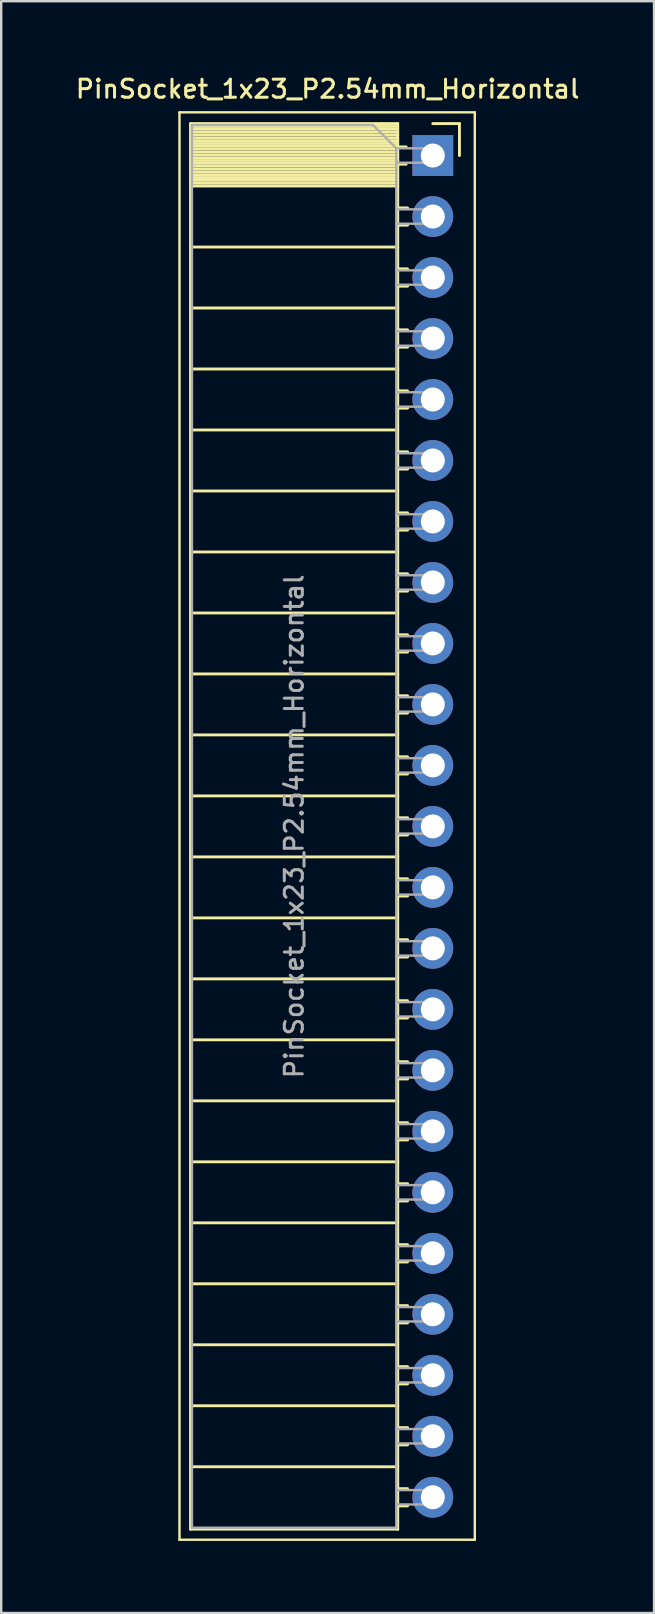
<source format=kicad_pcb>
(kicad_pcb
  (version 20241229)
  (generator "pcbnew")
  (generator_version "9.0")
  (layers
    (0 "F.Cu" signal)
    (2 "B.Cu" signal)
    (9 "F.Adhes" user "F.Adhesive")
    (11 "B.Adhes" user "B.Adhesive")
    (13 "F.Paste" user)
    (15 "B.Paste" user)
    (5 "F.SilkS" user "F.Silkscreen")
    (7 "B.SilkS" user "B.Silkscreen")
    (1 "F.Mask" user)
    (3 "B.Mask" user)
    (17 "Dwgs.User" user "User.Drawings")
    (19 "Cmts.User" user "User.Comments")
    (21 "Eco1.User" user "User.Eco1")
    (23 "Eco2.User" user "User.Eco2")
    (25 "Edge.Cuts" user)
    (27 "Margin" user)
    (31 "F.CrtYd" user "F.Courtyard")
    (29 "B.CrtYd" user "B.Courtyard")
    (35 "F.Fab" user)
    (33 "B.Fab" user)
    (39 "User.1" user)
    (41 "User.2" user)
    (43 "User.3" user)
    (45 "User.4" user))
  (footprint "PinSocket_1x23_P2.54mm_Horizontal"
    (layer "F.Cu")
    (at 14.975 3.428)
    (property "Reference" "PinSocket_1x23_P2.54mm_Horizontal" (at -4.38 -2.77 0) (layer "F.SilkS") (effects (font (size 0.75 0.75) (thickness 0.125))))
    (attr through_hole)
    (fp_line (start -10.55 -1.8) (end -10.55 57.65) (stroke (width 0.1) (type solid)) (layer "F.SilkS"))
    (fp_line (start -10.55 57.65) (end 1.75 57.65) (stroke (width 0.1) (type solid)) (layer "F.SilkS"))
    (fp_line (start -10.09 -1.33) (end -10.09 57.21) (stroke (width 0.12) (type solid)) (layer "F.SilkS"))
    (fp_line (start -10.09 -1.33) (end -1.46 -1.33) (stroke (width 0.12) (type solid)) (layer "F.SilkS"))
    (fp_line (start -10.09 -1.21) (end -1.46 -1.21) (stroke (width 0.12) (type solid)) (layer "F.SilkS"))
    (fp_line (start -10.09 -1.092) (end -1.46 -1.092) (stroke (width 0.12) (type solid)) (layer "F.SilkS"))
    (fp_line (start -10.09 -0.974) (end -1.46 -0.974) (stroke (width 0.12) (type solid)) (layer "F.SilkS"))
    (fp_line (start -10.09 -0.856) (end -1.46 -0.856) (stroke (width 0.12) (type solid)) (layer "F.SilkS"))
    (fp_line (start -10.09 -0.738) (end -1.46 -0.738) (stroke (width 0.12) (type solid)) (layer "F.SilkS"))
    (fp_line (start -10.09 -0.62) (end -1.46 -0.62) (stroke (width 0.12) (type solid)) (layer "F.SilkS"))
    (fp_line (start -10.09 -0.501) (end -1.46 -0.501) (stroke (width 0.12) (type solid)) (layer "F.SilkS"))
    (fp_line (start -10.09 -0.383) (end -1.46 -0.383) (stroke (width 0.12) (type solid)) (layer "F.SilkS"))
    (fp_line (start -10.09 -0.265) (end -1.46 -0.265) (stroke (width 0.12) (type solid)) (layer "F.SilkS"))
    (fp_line (start -10.09 -0.147) (end -1.46 -0.147) (stroke (width 0.12) (type solid)) (layer "F.SilkS"))
    (fp_line (start -10.09 -0.029) (end -1.46 -0.029) (stroke (width 0.12) (type solid)) (layer "F.SilkS"))
    (fp_line (start -10.09 0.089) (end -1.46 0.089) (stroke (width 0.12) (type solid)) (layer "F.SilkS"))
    (fp_line (start -10.09 0.207) (end -1.46 0.207) (stroke (width 0.12) (type solid)) (layer "F.SilkS"))
    (fp_line (start -10.09 0.325) (end -1.46 0.325) (stroke (width 0.12) (type solid)) (layer "F.SilkS"))
    (fp_line (start -10.09 0.443) (end -1.46 0.443) (stroke (width 0.12) (type solid)) (layer "F.SilkS"))
    (fp_line (start -10.09 0.561) (end -1.46 0.561) (stroke (width 0.12) (type solid)) (layer "F.SilkS"))
    (fp_line (start -10.09 0.68) (end -1.46 0.68) (stroke (width 0.12) (type solid)) (layer "F.SilkS"))
    (fp_line (start -10.09 0.798) (end -1.46 0.798) (stroke (width 0.12) (type solid)) (layer "F.SilkS"))
    (fp_line (start -10.09 0.916) (end -1.46 0.916) (stroke (width 0.12) (type solid)) (layer "F.SilkS"))
    (fp_line (start -10.09 1.034) (end -1.46 1.034) (stroke (width 0.12) (type solid)) (layer "F.SilkS"))
    (fp_line (start -10.09 1.152) (end -1.46 1.152) (stroke (width 0.12) (type solid)) (layer "F.SilkS"))
    (fp_line (start -10.09 1.27) (end -1.46 1.27) (stroke (width 0.12) (type solid)) (layer "F.SilkS"))
    (fp_line (start -10.09 3.81) (end -1.46 3.81) (stroke (width 0.12) (type solid)) (layer "F.SilkS"))
    (fp_line (start -10.09 6.35) (end -1.46 6.35) (stroke (width 0.12) (type solid)) (layer "F.SilkS"))
    (fp_line (start -10.09 8.89) (end -1.46 8.89) (stroke (width 0.12) (type solid)) (layer "F.SilkS"))
    (fp_line (start -10.09 11.43) (end -1.46 11.43) (stroke (width 0.12) (type solid)) (layer "F.SilkS"))
    (fp_line (start -10.09 13.97) (end -1.46 13.97) (stroke (width 0.12) (type solid)) (layer "F.SilkS"))
    (fp_line (start -10.09 16.51) (end -1.46 16.51) (stroke (width 0.12) (type solid)) (layer "F.SilkS"))
    (fp_line (start -10.09 19.05) (end -1.46 19.05) (stroke (width 0.12) (type solid)) (layer "F.SilkS"))
    (fp_line (start -10.09 21.59) (end -1.46 21.59) (stroke (width 0.12) (type solid)) (layer "F.SilkS"))
    (fp_line (start -10.09 24.13) (end -1.46 24.13) (stroke (width 0.12) (type solid)) (layer "F.SilkS"))
    (fp_line (start -10.09 26.67) (end -1.46 26.67) (stroke (width 0.12) (type solid)) (layer "F.SilkS"))
    (fp_line (start -10.09 29.21) (end -1.46 29.21) (stroke (width 0.12) (type solid)) (layer "F.SilkS"))
    (fp_line (start -10.09 31.75) (end -1.46 31.75) (stroke (width 0.12) (type solid)) (layer "F.SilkS"))
    (fp_line (start -10.09 34.29) (end -1.46 34.29) (stroke (width 0.12) (type solid)) (layer "F.SilkS"))
    (fp_line (start -10.09 36.83) (end -1.46 36.83) (stroke (width 0.12) (type solid)) (layer "F.SilkS"))
    (fp_line (start -10.09 39.37) (end -1.46 39.37) (stroke (width 0.12) (type solid)) (layer "F.SilkS"))
    (fp_line (start -10.09 41.91) (end -1.46 41.91) (stroke (width 0.12) (type solid)) (layer "F.SilkS"))
    (fp_line (start -10.09 44.45) (end -1.46 44.45) (stroke (width 0.12) (type solid)) (layer "F.SilkS"))
    (fp_line (start -10.09 46.99) (end -1.46 46.99) (stroke (width 0.12) (type solid)) (layer "F.SilkS"))
    (fp_line (start -10.09 49.53) (end -1.46 49.53) (stroke (width 0.12) (type solid)) (layer "F.SilkS"))
    (fp_line (start -10.09 52.07) (end -1.46 52.07) (stroke (width 0.12) (type solid)) (layer "F.SilkS"))
    (fp_line (start -10.09 54.61) (end -1.46 54.61) (stroke (width 0.12) (type solid)) (layer "F.SilkS"))
    (fp_line (start -10.09 57.21) (end -1.46 57.21) (stroke (width 0.12) (type solid)) (layer "F.SilkS"))
    (fp_line (start -1.46 -1.33) (end -1.46 57.21) (stroke (width 0.12) (type solid)) (layer "F.SilkS"))
    (fp_line (start -1.46 -0.36) (end -1.11 -0.36) (stroke (width 0.12) (type solid)) (layer "F.SilkS"))
    (fp_line (start -1.46 0.36) (end -1.11 0.36) (stroke (width 0.12) (type solid)) (layer "F.SilkS"))
    (fp_line (start -1.46 2.18) (end -1.05 2.18) (stroke (width 0.12) (type solid)) (layer "F.SilkS"))
    (fp_line (start -1.46 2.9) (end -1.05 2.9) (stroke (width 0.12) (type solid)) (layer "F.SilkS"))
    (fp_line (start -1.46 4.72) (end -1.05 4.72) (stroke (width 0.12) (type solid)) (layer "F.SilkS"))
    (fp_line (start -1.46 5.44) (end -1.05 5.44) (stroke (width 0.12) (type solid)) (layer "F.SilkS"))
    (fp_line (start -1.46 7.26) (end -1.05 7.26) (stroke (width 0.12) (type solid)) (layer "F.SilkS"))
    (fp_line (start -1.46 7.98) (end -1.05 7.98) (stroke (width 0.12) (type solid)) (layer "F.SilkS"))
    (fp_line (start -1.46 9.8) (end -1.05 9.8) (stroke (width 0.12) (type solid)) (layer "F.SilkS"))
    (fp_line (start -1.46 10.52) (end -1.05 10.52) (stroke (width 0.12) (type solid)) (layer "F.SilkS"))
    (fp_line (start -1.46 12.34) (end -1.05 12.34) (stroke (width 0.12) (type solid)) (layer "F.SilkS"))
    (fp_line (start -1.46 13.06) (end -1.05 13.06) (stroke (width 0.12) (type solid)) (layer "F.SilkS"))
    (fp_line (start -1.46 14.88) (end -1.05 14.88) (stroke (width 0.12) (type solid)) (layer "F.SilkS"))
    (fp_line (start -1.46 15.6) (end -1.05 15.6) (stroke (width 0.12) (type solid)) (layer "F.SilkS"))
    (fp_line (start -1.46 17.42) (end -1.05 17.42) (stroke (width 0.12) (type solid)) (layer "F.SilkS"))
    (fp_line (start -1.46 18.14) (end -1.05 18.14) (stroke (width 0.12) (type solid)) (layer "F.SilkS"))
    (fp_line (start -1.46 19.96) (end -1.05 19.96) (stroke (width 0.12) (type solid)) (layer "F.SilkS"))
    (fp_line (start -1.46 20.68) (end -1.05 20.68) (stroke (width 0.12) (type solid)) (layer "F.SilkS"))
    (fp_line (start -1.46 22.5) (end -1.05 22.5) (stroke (width 0.12) (type solid)) (layer "F.SilkS"))
    (fp_line (start -1.46 23.22) (end -1.05 23.22) (stroke (width 0.12) (type solid)) (layer "F.SilkS"))
    (fp_line (start -1.46 25.04) (end -1.05 25.04) (stroke (width 0.12) (type solid)) (layer "F.SilkS"))
    (fp_line (start -1.46 25.76) (end -1.05 25.76) (stroke (width 0.12) (type solid)) (layer "F.SilkS"))
    (fp_line (start -1.46 27.58) (end -1.05 27.58) (stroke (width 0.12) (type solid)) (layer "F.SilkS"))
    (fp_line (start -1.46 28.3) (end -1.05 28.3) (stroke (width 0.12) (type solid)) (layer "F.SilkS"))
    (fp_line (start -1.46 30.12) (end -1.05 30.12) (stroke (width 0.12) (type solid)) (layer "F.SilkS"))
    (fp_line (start -1.46 30.84) (end -1.05 30.84) (stroke (width 0.12) (type solid)) (layer "F.SilkS"))
    (fp_line (start -1.46 32.66) (end -1.05 32.66) (stroke (width 0.12) (type solid)) (layer "F.SilkS"))
    (fp_line (start -1.46 33.38) (end -1.05 33.38) (stroke (width 0.12) (type solid)) (layer "F.SilkS"))
    (fp_line (start -1.46 35.2) (end -1.05 35.2) (stroke (width 0.12) (type solid)) (layer "F.SilkS"))
    (fp_line (start -1.46 35.92) (end -1.05 35.92) (stroke (width 0.12) (type solid)) (layer "F.SilkS"))
    (fp_line (start -1.46 37.74) (end -1.05 37.74) (stroke (width 0.12) (type solid)) (layer "F.SilkS"))
    (fp_line (start -1.46 38.46) (end -1.05 38.46) (stroke (width 0.12) (type solid)) (layer "F.SilkS"))
    (fp_line (start -1.46 40.28) (end -1.05 40.28) (stroke (width 0.12) (type solid)) (layer "F.SilkS"))
    (fp_line (start -1.46 41) (end -1.05 41) (stroke (width 0.12) (type solid)) (layer "F.SilkS"))
    (fp_line (start -1.46 42.82) (end -1.05 42.82) (stroke (width 0.12) (type solid)) (layer "F.SilkS"))
    (fp_line (start -1.46 43.54) (end -1.05 43.54) (stroke (width 0.12) (type solid)) (layer "F.SilkS"))
    (fp_line (start -1.46 45.36) (end -1.05 45.36) (stroke (width 0.12) (type solid)) (layer "F.SilkS"))
    (fp_line (start -1.46 46.08) (end -1.05 46.08) (stroke (width 0.12) (type solid)) (layer "F.SilkS"))
    (fp_line (start -1.46 47.9) (end -1.05 47.9) (stroke (width 0.12) (type solid)) (layer "F.SilkS"))
    (fp_line (start -1.46 48.62) (end -1.05 48.62) (stroke (width 0.12) (type solid)) (layer "F.SilkS"))
    (fp_line (start -1.46 50.44) (end -1.05 50.44) (stroke (width 0.12) (type solid)) (layer "F.SilkS"))
    (fp_line (start -1.46 51.16) (end -1.05 51.16) (stroke (width 0.12) (type solid)) (layer "F.SilkS"))
    (fp_line (start -1.46 52.98) (end -1.05 52.98) (stroke (width 0.12) (type solid)) (layer "F.SilkS"))
    (fp_line (start -1.46 53.7) (end -1.05 53.7) (stroke (width 0.12) (type solid)) (layer "F.SilkS"))
    (fp_line (start -1.46 55.52) (end -1.05 55.52) (stroke (width 0.12) (type solid)) (layer "F.SilkS"))
    (fp_line (start -1.46 56.24) (end -1.05 56.24) (stroke (width 0.12) (type solid)) (layer "F.SilkS"))
    (fp_line (start 0 -1.33) (end 1.11 -1.33) (stroke (width 0.12) (type solid)) (layer "F.SilkS"))
    (fp_line (start 1.11 -1.33) (end 1.11 0) (stroke (width 0.12) (type solid)) (layer "F.SilkS"))
    (fp_line (start 1.75 -1.8) (end -10.55 -1.8) (stroke (width 0.1) (type solid)) (layer "F.SilkS"))
    (fp_line (start 1.75 57.65) (end 1.75 -1.8) (stroke (width 0.1) (type solid)) (layer "F.SilkS"))
    (fp_line (start -10.03 -1.27) (end -2.49 -1.27) (stroke (width 0.1) (type solid)) (layer "F.Fab"))
    (fp_line (start -10.03 57.15) (end -10.03 -1.27) (stroke (width 0.1) (type solid)) (layer "F.Fab"))
    (fp_line (start -2.49 -1.27) (end -1.52 -0.3) (stroke (width 0.1) (type solid)) (layer "F.Fab"))
    (fp_line (start -1.52 -0.3) (end -1.52 57.15) (stroke (width 0.1) (type solid)) (layer "F.Fab"))
    (fp_line (start -1.52 0.3) (end 0 0.3) (stroke (width 0.1) (type solid)) (layer "F.Fab"))
    (fp_line (start -1.52 2.84) (end 0 2.84) (stroke (width 0.1) (type solid)) (layer "F.Fab"))
    (fp_line (start -1.52 5.38) (end 0 5.38) (stroke (width 0.1) (type solid)) (layer "F.Fab"))
    (fp_line (start -1.52 7.92) (end 0 7.92) (stroke (width 0.1) (type solid)) (layer "F.Fab"))
    (fp_line (start -1.52 10.46) (end 0 10.46) (stroke (width 0.1) (type solid)) (layer "F.Fab"))
    (fp_line (start -1.52 13) (end 0 13) (stroke (width 0.1) (type solid)) (layer "F.Fab"))
    (fp_line (start -1.52 15.54) (end 0 15.54) (stroke (width 0.1) (type solid)) (layer "F.Fab"))
    (fp_line (start -1.52 18.08) (end 0 18.08) (stroke (width 0.1) (type solid)) (layer "F.Fab"))
    (fp_line (start -1.52 20.62) (end 0 20.62) (stroke (width 0.1) (type solid)) (layer "F.Fab"))
    (fp_line (start -1.52 23.16) (end 0 23.16) (stroke (width 0.1) (type solid)) (layer "F.Fab"))
    (fp_line (start -1.52 25.7) (end 0 25.7) (stroke (width 0.1) (type solid)) (layer "F.Fab"))
    (fp_line (start -1.52 28.24) (end 0 28.24) (stroke (width 0.1) (type solid)) (layer "F.Fab"))
    (fp_line (start -1.52 30.78) (end 0 30.78) (stroke (width 0.1) (type solid)) (layer "F.Fab"))
    (fp_line (start -1.52 33.32) (end 0 33.32) (stroke (width 0.1) (type solid)) (layer "F.Fab"))
    (fp_line (start -1.52 35.86) (end 0 35.86) (stroke (width 0.1) (type solid)) (layer "F.Fab"))
    (fp_line (start -1.52 38.4) (end 0 38.4) (stroke (width 0.1) (type solid)) (layer "F.Fab"))
    (fp_line (start -1.52 40.94) (end 0 40.94) (stroke (width 0.1) (type solid)) (layer "F.Fab"))
    (fp_line (start -1.52 43.48) (end 0 43.48) (stroke (width 0.1) (type solid)) (layer "F.Fab"))
    (fp_line (start -1.52 46.02) (end 0 46.02) (stroke (width 0.1) (type solid)) (layer "F.Fab"))
    (fp_line (start -1.52 48.56) (end 0 48.56) (stroke (width 0.1) (type solid)) (layer "F.Fab"))
    (fp_line (start -1.52 51.1) (end 0 51.1) (stroke (width 0.1) (type solid)) (layer "F.Fab"))
    (fp_line (start -1.52 53.64) (end 0 53.64) (stroke (width 0.1) (type solid)) (layer "F.Fab"))
    (fp_line (start -1.52 56.18) (end 0 56.18) (stroke (width 0.1) (type solid)) (layer "F.Fab"))
    (fp_line (start -1.52 57.15) (end -10.03 57.15) (stroke (width 0.1) (type solid)) (layer "F.Fab"))
    (fp_line (start 0 -0.3) (end -1.52 -0.3) (stroke (width 0.1) (type solid)) (layer "F.Fab"))
    (fp_line (start 0 0.3) (end 0 -0.3) (stroke (width 0.1) (type solid)) (layer "F.Fab"))
    (fp_line (start 0 2.24) (end -1.52 2.24) (stroke (width 0.1) (type solid)) (layer "F.Fab"))
    (fp_line (start 0 2.84) (end 0 2.24) (stroke (width 0.1) (type solid)) (layer "F.Fab"))
    (fp_line (start 0 4.78) (end -1.52 4.78) (stroke (width 0.1) (type solid)) (layer "F.Fab"))
    (fp_line (start 0 5.38) (end 0 4.78) (stroke (width 0.1) (type solid)) (layer "F.Fab"))
    (fp_line (start 0 7.32) (end -1.52 7.32) (stroke (width 0.1) (type solid)) (layer "F.Fab"))
    (fp_line (start 0 7.92) (end 0 7.32) (stroke (width 0.1) (type solid)) (layer "F.Fab"))
    (fp_line (start 0 9.86) (end -1.52 9.86) (stroke (width 0.1) (type solid)) (layer "F.Fab"))
    (fp_line (start 0 10.46) (end 0 9.86) (stroke (width 0.1) (type solid)) (layer "F.Fab"))
    (fp_line (start 0 12.4) (end -1.52 12.4) (stroke (width 0.1) (type solid)) (layer "F.Fab"))
    (fp_line (start 0 13) (end 0 12.4) (stroke (width 0.1) (type solid)) (layer "F.Fab"))
    (fp_line (start 0 14.94) (end -1.52 14.94) (stroke (width 0.1) (type solid)) (layer "F.Fab"))
    (fp_line (start 0 15.54) (end 0 14.94) (stroke (width 0.1) (type solid)) (layer "F.Fab"))
    (fp_line (start 0 17.48) (end -1.52 17.48) (stroke (width 0.1) (type solid)) (layer "F.Fab"))
    (fp_line (start 0 18.08) (end 0 17.48) (stroke (width 0.1) (type solid)) (layer "F.Fab"))
    (fp_line (start 0 20.02) (end -1.52 20.02) (stroke (width 0.1) (type solid)) (layer "F.Fab"))
    (fp_line (start 0 20.62) (end 0 20.02) (stroke (width 0.1) (type solid)) (layer "F.Fab"))
    (fp_line (start 0 22.56) (end -1.52 22.56) (stroke (width 0.1) (type solid)) (layer "F.Fab"))
    (fp_line (start 0 23.16) (end 0 22.56) (stroke (width 0.1) (type solid)) (layer "F.Fab"))
    (fp_line (start 0 25.1) (end -1.52 25.1) (stroke (width 0.1) (type solid)) (layer "F.Fab"))
    (fp_line (start 0 25.7) (end 0 25.1) (stroke (width 0.1) (type solid)) (layer "F.Fab"))
    (fp_line (start 0 27.64) (end -1.52 27.64) (stroke (width 0.1) (type solid)) (layer "F.Fab"))
    (fp_line (start 0 28.24) (end 0 27.64) (stroke (width 0.1) (type solid)) (layer "F.Fab"))
    (fp_line (start 0 30.18) (end -1.52 30.18) (stroke (width 0.1) (type solid)) (layer "F.Fab"))
    (fp_line (start 0 30.78) (end 0 30.18) (stroke (width 0.1) (type solid)) (layer "F.Fab"))
    (fp_line (start 0 32.72) (end -1.52 32.72) (stroke (width 0.1) (type solid)) (layer "F.Fab"))
    (fp_line (start 0 33.32) (end 0 32.72) (stroke (width 0.1) (type solid)) (layer "F.Fab"))
    (fp_line (start 0 35.26) (end -1.52 35.26) (stroke (width 0.1) (type solid)) (layer "F.Fab"))
    (fp_line (start 0 35.86) (end 0 35.26) (stroke (width 0.1) (type solid)) (layer "F.Fab"))
    (fp_line (start 0 37.8) (end -1.52 37.8) (stroke (width 0.1) (type solid)) (layer "F.Fab"))
    (fp_line (start 0 38.4) (end 0 37.8) (stroke (width 0.1) (type solid)) (layer "F.Fab"))
    (fp_line (start 0 40.34) (end -1.52 40.34) (stroke (width 0.1) (type solid)) (layer "F.Fab"))
    (fp_line (start 0 40.94) (end 0 40.34) (stroke (width 0.1) (type solid)) (layer "F.Fab"))
    (fp_line (start 0 42.88) (end -1.52 42.88) (stroke (width 0.1) (type solid)) (layer "F.Fab"))
    (fp_line (start 0 43.48) (end 0 42.88) (stroke (width 0.1) (type solid)) (layer "F.Fab"))
    (fp_line (start 0 45.42) (end -1.52 45.42) (stroke (width 0.1) (type solid)) (layer "F.Fab"))
    (fp_line (start 0 46.02) (end 0 45.42) (stroke (width 0.1) (type solid)) (layer "F.Fab"))
    (fp_line (start 0 47.96) (end -1.52 47.96) (stroke (width 0.1) (type solid)) (layer "F.Fab"))
    (fp_line (start 0 48.56) (end 0 47.96) (stroke (width 0.1) (type solid)) (layer "F.Fab"))
    (fp_line (start 0 50.5) (end -1.52 50.5) (stroke (width 0.1) (type solid)) (layer "F.Fab"))
    (fp_line (start 0 51.1) (end 0 50.5) (stroke (width 0.1) (type solid)) (layer "F.Fab"))
    (fp_line (start 0 53.04) (end -1.52 53.04) (stroke (width 0.1) (type solid)) (layer "F.Fab"))
    (fp_line (start 0 53.64) (end 0 53.04) (stroke (width 0.1) (type solid)) (layer "F.Fab"))
    (fp_line (start 0 55.58) (end -1.52 55.58) (stroke (width 0.1) (type solid)) (layer "F.Fab"))
    (fp_line (start 0 56.18) (end 0 55.58) (stroke (width 0.1) (type solid)) (layer "F.Fab"))
    (fp_text user "${REFERENCE}" (at -5.775 27.94 90) (layer "F.Fab") (effects (font (size 0.75 0.75) (thickness 0.125))))
    (pad "1" thru_hole rect (at 0 0) (size 1.7 1.7) (drill 1) (layers "*.Cu" "*.Mask"))
    (pad "2" thru_hole oval (at 0 2.54) (size 1.7 1.7) (drill 1) (layers "*.Cu" "*.Mask"))
    (pad "3" thru_hole oval (at 0 5.08) (size 1.7 1.7) (drill 1) (layers "*.Cu" "*.Mask"))
    (pad "4" thru_hole oval (at 0 7.62) (size 1.7 1.7) (drill 1) (layers "*.Cu" "*.Mask"))
    (pad "5" thru_hole oval (at 0 10.16) (size 1.7 1.7) (drill 1) (layers "*.Cu" "*.Mask"))
    (pad "6" thru_hole oval (at 0 12.7) (size 1.7 1.7) (drill 1) (layers "*.Cu" "*.Mask"))
    (pad "7" thru_hole oval (at 0 15.24) (size 1.7 1.7) (drill 1) (layers "*.Cu" "*.Mask"))
    (pad "8" thru_hole oval (at 0 17.78) (size 1.7 1.7) (drill 1) (layers "*.Cu" "*.Mask"))
    (pad "9" thru_hole oval (at 0 20.32) (size 1.7 1.7) (drill 1) (layers "*.Cu" "*.Mask"))
    (pad "10" thru_hole oval (at 0 22.86) (size 1.7 1.7) (drill 1) (layers "*.Cu" "*.Mask"))
    (pad "11" thru_hole oval (at 0 25.4) (size 1.7 1.7) (drill 1) (layers "*.Cu" "*.Mask"))
    (pad "12" thru_hole oval (at 0 27.94) (size 1.7 1.7) (drill 1) (layers "*.Cu" "*.Mask"))
    (pad "13" thru_hole oval (at 0 30.48) (size 1.7 1.7) (drill 1) (layers "*.Cu" "*.Mask"))
    (pad "14" thru_hole oval (at 0 33.02) (size 1.7 1.7) (drill 1) (layers "*.Cu" "*.Mask"))
    (pad "15" thru_hole oval (at 0 35.56) (size 1.7 1.7) (drill 1) (layers "*.Cu" "*.Mask"))
    (pad "16" thru_hole oval (at 0 38.1) (size 1.7 1.7) (drill 1) (layers "*.Cu" "*.Mask"))
    (pad "17" thru_hole oval (at 0 40.64) (size 1.7 1.7) (drill 1) (layers "*.Cu" "*.Mask"))
    (pad "18" thru_hole oval (at 0 43.18) (size 1.7 1.7) (drill 1) (layers "*.Cu" "*.Mask"))
    (pad "19" thru_hole oval (at 0 45.72) (size 1.7 1.7) (drill 1) (layers "*.Cu" "*.Mask"))
    (pad "20" thru_hole oval (at 0 48.26) (size 1.7 1.7) (drill 1) (layers "*.Cu" "*.Mask"))
    (pad "21" thru_hole oval (at 0 50.8) (size 1.7 1.7) (drill 1) (layers "*.Cu" "*.Mask"))
    (pad "22" thru_hole oval (at 0 53.34) (size 1.7 1.7) (drill 1) (layers "*.Cu" "*.Mask"))
    (pad "23" thru_hole oval (at 0 55.88) (size 1.7 1.7) (drill 1) (layers "*.Cu" "*.Mask")))
  (gr_rect
    (start -3 -3)
    (end 24.189 64.128)
    (stroke (width 0.1) (type default))
    (fill no)
    (layer "Edge.Cuts")))
</source>
